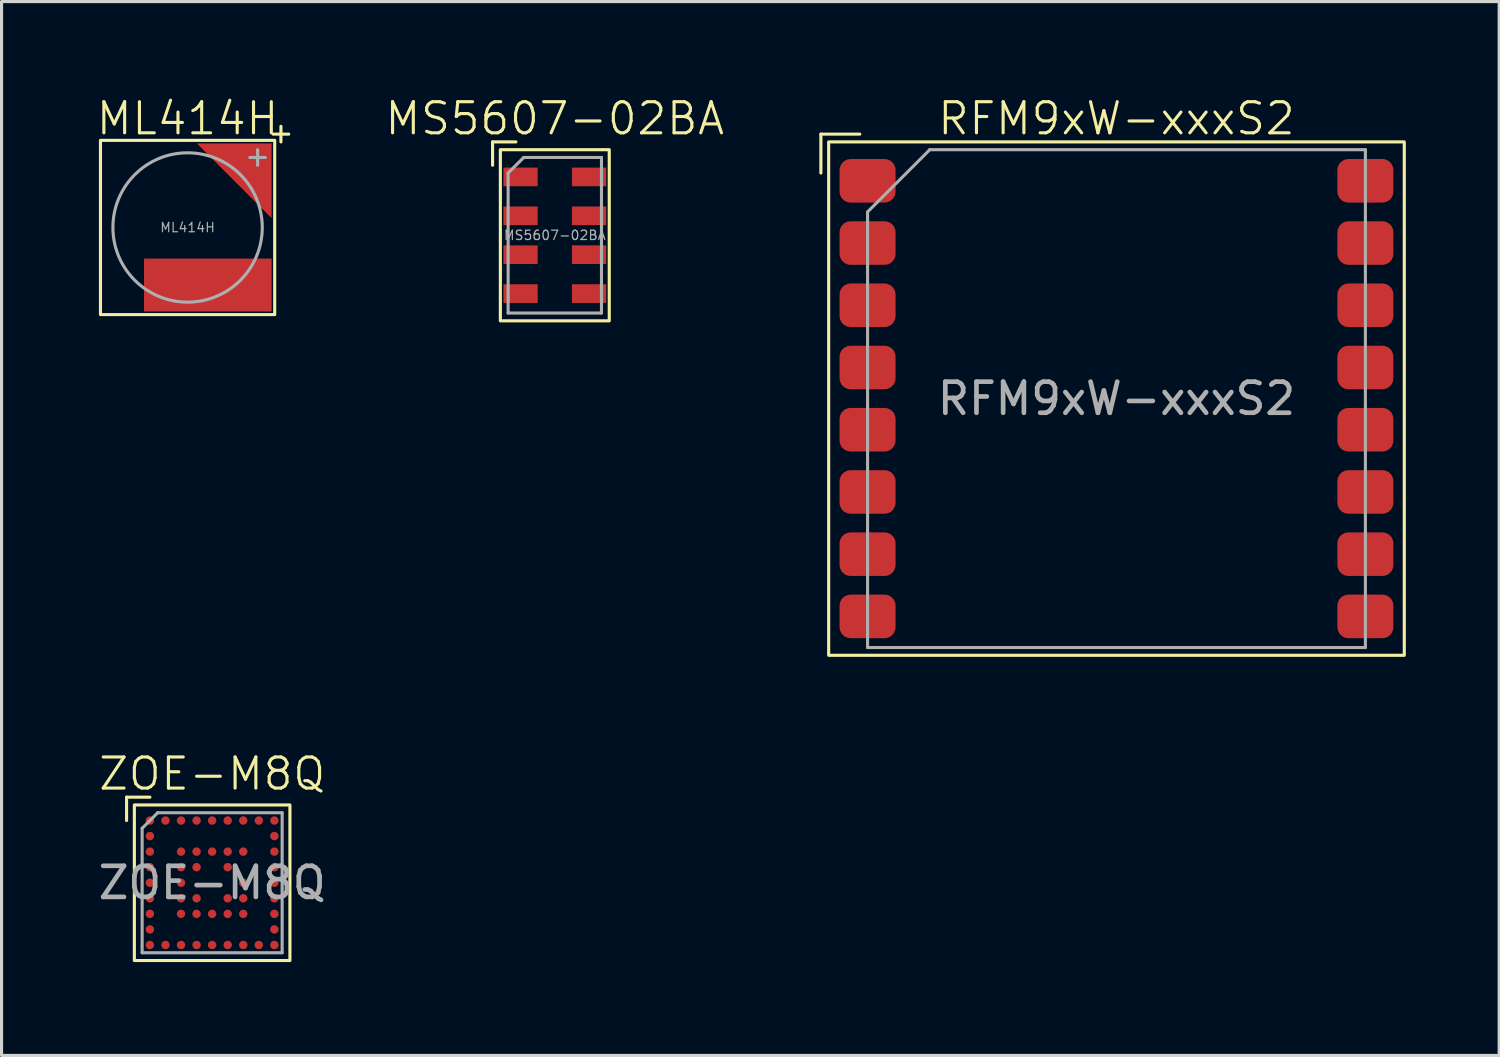
<source format=kicad_pcb>
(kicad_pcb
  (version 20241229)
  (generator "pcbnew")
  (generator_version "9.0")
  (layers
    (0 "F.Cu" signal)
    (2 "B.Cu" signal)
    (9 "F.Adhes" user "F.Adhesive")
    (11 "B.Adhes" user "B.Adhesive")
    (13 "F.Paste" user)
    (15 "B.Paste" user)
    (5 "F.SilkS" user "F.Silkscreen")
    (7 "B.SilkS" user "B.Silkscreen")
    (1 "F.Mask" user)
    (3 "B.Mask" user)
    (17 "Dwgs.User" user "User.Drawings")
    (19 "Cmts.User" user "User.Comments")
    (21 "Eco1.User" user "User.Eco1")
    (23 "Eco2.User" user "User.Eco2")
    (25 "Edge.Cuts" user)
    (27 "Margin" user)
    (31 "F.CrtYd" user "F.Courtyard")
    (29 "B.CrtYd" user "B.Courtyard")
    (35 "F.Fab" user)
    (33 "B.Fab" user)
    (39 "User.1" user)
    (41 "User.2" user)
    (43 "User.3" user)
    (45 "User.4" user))
  (footprint "ML414H"
    (layer "F.Cu")
    (at 2.979 4.261)
    (property "Reference" "ML414H" (at 0 -3.5 0) (unlocked yes) (layer "F.SilkS") (effects (font (size 1 1) (thickness 0.1))))
    (attr smd)
    (fp_line (start 2.75 -3) (end 3.25 -3) (stroke (width 0.1) (type default)) (layer "F.SilkS"))
    (fp_line (start 3 -3.25) (end 3 -2.75) (stroke (width 0.1) (type default)) (layer "F.SilkS"))
    (fp_rect (start -2.8 -2.8) (end 2.8 2.8) (stroke (width 0.1) (type default)) (fill no) (layer "F.SilkS"))
    (fp_line (start 2 -2.25) (end 2.5 -2.25) (stroke (width 0.1) (type default)) (layer "F.Fab"))
    (fp_line (start 2.25 -2.5) (end 2.25 -2) (stroke (width 0.1) (type default)) (layer "F.Fab"))
    (fp_circle (center 0 0) (end 2.4 0) (stroke (width 0.1) (type default)) (fill no) (layer "F.Fab"))
    (fp_text user "${REFERENCE}" (at 0 0 0) (unlocked yes) (layer "F.Fab") (effects (font (size 0.3 0.3) (thickness 0.04))))
    (pad "1" smd trapezoid (at 2.1 -2.1 45) (size 1.697 1.697) (rect_delta 1.697 0) (layers "F.Cu" "F.Mask" "F.Paste" "Eco2.User"))
    (pad "2" smd rect (at 0.65 1.85) (size 4.1 1.7) (layers "F.Cu" "F.Mask" "F.Paste")))
  (footprint "RFM9xW-xxxS2"
    (layer "F.Cu")
    (at 32.833 9.761)
    (property "Reference" "RFM9xW-xxxS2" (at 0 -9 0) (unlocked yes) (layer "F.SilkS") (effects (font (size 1 1) (thickness 0.1))))
    (attr smd)
    (fp_line (start -9.5 -8.5) (end -8.25 -8.5) (stroke (width 0.1) (type default)) (layer "F.SilkS"))
    (fp_line (start -9.5 -7.25) (end -9.5 -8.5) (stroke (width 0.1) (type default)) (layer "F.SilkS"))
    (fp_rect (start -9.25 -8.25) (end 9.25 8.25) (stroke (width 0.1) (type default)) (fill no) (layer "F.SilkS"))
    (fp_line (start -8 -6) (end -8 8) (stroke (width 0.1) (type default)) (layer "F.Fab"))
    (fp_line (start -8 -6) (end -6 -8) (stroke (width 0.1) (type default)) (layer "F.Fab"))
    (fp_line (start -8 8) (end 8 8) (stroke (width 0.1) (type default)) (layer "F.Fab"))
    (fp_line (start 8 -8) (end -6 -8) (stroke (width 0.1) (type default)) (layer "F.Fab"))
    (fp_line (start 8 8) (end 8 -8) (stroke (width 0.1) (type default)) (layer "F.Fab"))
    (fp_text user "${REFERENCE}" (at 0 0 0) (unlocked yes) (layer "F.Fab") (effects (font (size 1 1) (thickness 0.15))))
    (pad "1" smd roundrect (at -8 -7) (size 1.8 1.4) (layers "F.Cu" "F.Mask" "F.Paste") (roundrect_rratio 0.25))
    (pad "2" smd roundrect (at -8 -5) (size 1.8 1.4) (layers "F.Cu" "F.Mask" "F.Paste") (roundrect_rratio 0.25))
    (pad "3" smd roundrect (at -8 -3) (size 1.8 1.4) (layers "F.Cu" "F.Mask" "F.Paste") (roundrect_rratio 0.25))
    (pad "4" smd roundrect (at -8 -1) (size 1.8 1.4) (layers "F.Cu" "F.Mask" "F.Paste") (roundrect_rratio 0.25))
    (pad "5" smd roundrect (at -8 1) (size 1.8 1.4) (layers "F.Cu" "F.Mask" "F.Paste") (roundrect_rratio 0.25))
    (pad "6" smd roundrect (at -8 3) (size 1.8 1.4) (layers "F.Cu" "F.Mask" "F.Paste") (roundrect_rratio 0.25))
    (pad "7" smd roundrect (at -8 5) (size 1.8 1.4) (layers "F.Cu" "F.Mask" "F.Paste") (roundrect_rratio 0.25))
    (pad "8" smd roundrect (at -8 7) (size 1.8 1.4) (layers "F.Cu" "F.Mask" "F.Paste") (roundrect_rratio 0.25))
    (pad "9" smd roundrect (at 8 7) (size 1.8 1.4) (layers "F.Cu" "F.Mask" "F.Paste") (roundrect_rratio 0.25))
    (pad "10" smd roundrect (at 8 5) (size 1.8 1.4) (layers "F.Cu" "F.Mask" "F.Paste") (roundrect_rratio 0.25))
    (pad "11" smd roundrect (at 8 3) (size 1.8 1.4) (layers "F.Cu" "F.Mask" "F.Paste") (roundrect_rratio 0.25))
    (pad "12" smd roundrect (at 8 1) (size 1.8 1.4) (layers "F.Cu" "F.Mask" "F.Paste") (roundrect_rratio 0.25))
    (pad "13" smd roundrect (at 8 -1) (size 1.8 1.4) (layers "F.Cu" "F.Mask" "F.Paste") (roundrect_rratio 0.25))
    (pad "14" smd roundrect (at 8 -3) (size 1.8 1.4) (layers "F.Cu" "F.Mask" "F.Paste") (roundrect_rratio 0.25))
    (pad "15" smd roundrect (at 8 -5) (size 1.8 1.4) (layers "F.Cu" "F.Mask" "F.Paste") (roundrect_rratio 0.25))
    (pad "16" smd roundrect (at 8 -7) (size 1.8 1.4) (layers "F.Cu" "F.Mask" "F.Paste") (roundrect_rratio 0.25)))
  (footprint "MS5607-02BA"
    (layer "F.Cu")
    (at 14.781 4.511)
    (property "Reference" "MS5607-02BA" (at 0 -3.75 0) (unlocked yes) (layer "F.SilkS") (effects (font (size 1 1) (thickness 0.1))))
    (attr smd)
    (fp_line (start -2 -3) (end -1.25 -3) (stroke (width 0.1) (type default)) (layer "F.SilkS"))
    (fp_line (start -2 -2.25) (end -2 -3) (stroke (width 0.1) (type default)) (layer "F.SilkS"))
    (fp_rect (start -1.75 -2.75) (end 1.75 2.75) (stroke (width 0.1) (type default)) (fill no) (layer "F.SilkS"))
    (fp_line (start -1.5 -2) (end -1.5 2.5) (stroke (width 0.1) (type default)) (layer "F.Fab"))
    (fp_line (start -1 -2.5) (end -1.5 -2) (stroke (width 0.1) (type default)) (layer "F.Fab"))
    (fp_line (start 1.5 -2.5) (end -1 -2.5) (stroke (width 0.1) (type default)) (layer "F.Fab"))
    (fp_line (start 1.5 -2.5) (end 1.5 2.5) (stroke (width 0.1) (type default)) (layer "F.Fab"))
    (fp_line (start 1.5 2.5) (end -1.5 2.5) (stroke (width 0.1) (type default)) (layer "F.Fab"))
    (fp_text user "${REFERENCE}" (at 0 0 0) (unlocked yes) (layer "F.Fab") (effects (font (size 0.3 0.3) (thickness 0.04))))
    (pad "1" smd rect (at -1.1 -1.875) (size 1.1 0.6) (layers "F.Cu" "F.Mask" "F.Paste"))
    (pad "2" smd rect (at -1.1 -0.625) (size 1.1 0.6) (layers "F.Cu" "F.Mask" "F.Paste"))
    (pad "3" smd rect (at -1.1 0.625) (size 1.1 0.6) (layers "F.Cu" "F.Mask" "F.Paste"))
    (pad "4" smd rect (at -1.1 1.875) (size 1.1 0.6) (layers "F.Cu" "F.Mask" "F.Paste"))
    (pad "5" smd rect (at 1.1 1.875) (size 1.1 0.6) (layers "F.Cu" "F.Mask" "F.Paste"))
    (pad "6" smd rect (at 1.1 0.625) (size 1.1 0.6) (layers "F.Cu" "F.Mask" "F.Paste"))
    (pad "7" smd rect (at 1.1 -0.625) (size 1.1 0.6) (layers "F.Cu" "F.Mask" "F.Paste"))
    (pad "8" smd rect (at 1.1 -1.875) (size 1.1 0.6) (layers "F.Cu" "F.Mask" "F.Paste"))
    (zone (net_name "") (layer "F.Cu") (hatch edge 0.5) (connect_pads) (min_thickness 0.25) (filled_areas_thickness no) (keepout (tracks not_allowed) (vias not_allowed) (pads allowed) (copperpour allowed) (footprints allowed)) (placement (enabled no)) (fill) (polygon (pts (xy 13.031 5.511) (xy 14.281 5.511) (xy 14.281 4.761) (xy 13.031 4.761) (xy 13.031 4.261) (xy 14.281 4.261) (xy 14.281 3.51) (xy 13.031 3.51) (xy 13.031 3.01) (xy 14.281 3.01) (xy 14.281 2.51) (xy 15.281 2.51) (xy 15.281 3.01) (xy 16.531 3.01) (xy 16.531 3.51) (xy 15.281 3.51) (xy 15.281 4.261) (xy 16.531 4.261) (xy 16.531 4.761) (xy 15.281 4.761) (xy 15.281 5.511) (xy 16.531 5.511) (xy 16.531 6.011) (xy 15.281 6.011) (xy 15.281 6.511) (xy 14.281 6.511) (xy 14.281 6.011) (xy 13.031 6.011)))))
  (footprint "ZOE-M8Q"
    (layer "F.Cu")
    (at 3.768 25.321)
    (property "Reference" "ZOE-M8Q" (at 0 -3.5 0) (unlocked yes) (layer "F.SilkS") (effects (font (size 1 1) (thickness 0.1))))
    (attr smd)
    (fp_line (start -2.75 -2.75) (end -2 -2.75) (stroke (width 0.1) (type default)) (layer "F.SilkS"))
    (fp_line (start -2.75 -2) (end -2.75 -2.75) (stroke (width 0.1) (type default)) (layer "F.SilkS"))
    (fp_rect (start -2.5 -2.5) (end 2.5 2.5) (stroke (width 0.1) (type default)) (fill no) (layer "F.SilkS"))
    (fp_line (start -2.25 -1.75) (end -2.25 2.25) (stroke (width 0.1) (type default)) (layer "F.Fab"))
    (fp_line (start -2.25 -1.75) (end -1.75 -2.25) (stroke (width 0.1) (type default)) (layer "F.Fab"))
    (fp_line (start -2.25 2.25) (end 2.25 2.25) (stroke (width 0.1) (type default)) (layer "F.Fab"))
    (fp_line (start -1.75 -2.25) (end 2.25 -2.25) (stroke (width 0.1) (type default)) (layer "F.Fab"))
    (fp_line (start 2.25 -2.25) (end 2.25 2.25) (stroke (width 0.1) (type default)) (layer "F.Fab"))
    (fp_text user "${REFERENCE}" (at 0 0 0) (unlocked yes) (layer "F.Fab") (effects (font (size 1 1) (thickness 0.15))))
    (pad "A1" smd circle (at -2 -2) (size 0.27 0.27) (layers "F.Cu" "F.Mask" "F.Paste"))
    (pad "A2" smd circle (at -1.5 -2) (size 0.27 0.27) (layers "F.Cu" "F.Mask" "F.Paste"))
    (pad "A3" smd circle (at -1 -2) (size 0.27 0.27) (layers "F.Cu" "F.Mask" "F.Paste"))
    (pad "A4" smd circle (at -0.5 -2) (size 0.27 0.27) (layers "F.Cu" "F.Mask" "F.Paste"))
    (pad "A5" smd circle (at 0 -2) (size 0.27 0.27) (layers "F.Cu" "F.Mask" "F.Paste"))
    (pad "A6" smd circle (at 0.5 -2) (size 0.27 0.27) (layers "F.Cu" "F.Mask" "F.Paste"))
    (pad "A7" smd circle (at 1 -2) (size 0.27 0.27) (layers "F.Cu" "F.Mask" "F.Paste"))
    (pad "A8" smd circle (at 1.5 -2) (size 0.27 0.27) (layers "F.Cu" "F.Mask" "F.Paste"))
    (pad "A9" smd circle (at 2 -2) (size 0.27 0.27) (layers "F.Cu" "F.Mask" "F.Paste"))
    (pad "B1" smd circle (at -2 -1.5) (size 0.27 0.27) (layers "F.Cu" "F.Mask" "F.Paste"))
    (pad "B9" smd circle (at 2 -1.5) (size 0.27 0.27) (layers "F.Cu" "F.Mask" "F.Paste"))
    (pad "C1" smd circle (at -2 -1) (size 0.27 0.27) (layers "F.Cu" "F.Mask" "F.Paste"))
    (pad "C3" smd circle (at -1 -1) (size 0.27 0.27) (layers "F.Cu" "F.Mask" "F.Paste"))
    (pad "C4" smd circle (at -0.5 -1) (size 0.27 0.27) (layers "F.Cu" "F.Mask" "F.Paste"))
    (pad "C5" smd circle (at 0 -1) (size 0.27 0.27) (layers "F.Cu" "F.Mask" "F.Paste"))
    (pad "C6" smd circle (at 0.5 -1) (size 0.27 0.27) (layers "F.Cu" "F.Mask" "F.Paste"))
    (pad "C7" smd circle (at 1 -1) (size 0.27 0.27) (layers "F.Cu" "F.Mask" "F.Paste"))
    (pad "C9" smd circle (at 2 -1) (size 0.27 0.27) (layers "F.Cu" "F.Mask" "F.Paste"))
    (pad "D1" smd circle (at -2 -0.5) (size 0.27 0.27) (layers "F.Cu" "F.Mask" "F.Paste"))
    (pad "D3" smd circle (at -1 -0.5) (size 0.27 0.27) (layers "F.Cu" "F.Mask" "F.Paste"))
    (pad "D4" smd circle (at -0.5 -0.5) (size 0.27 0.27) (layers "F.Cu" "F.Mask" "F.Paste"))
    (pad "D6" smd circle (at 0.5 -0.5) (size 0.27 0.27) (layers "F.Cu" "F.Mask" "F.Paste"))
    (pad "D9" smd circle (at 2 -0.5) (size 0.27 0.27) (layers "F.Cu" "F.Mask" "F.Paste"))
    (pad "E1" smd circle (at -2 0) (size 0.27 0.27) (layers "F.Cu" "F.Mask" "F.Paste"))
    (pad "E3" smd circle (at -1 0) (size 0.27 0.27) (layers "F.Cu" "F.Mask" "F.Paste"))
    (pad "E7" smd circle (at 1 0) (size 0.27 0.27) (layers "F.Cu" "F.Mask" "F.Paste"))
    (pad "E9" smd circle (at 2 0) (size 0.27 0.27) (layers "F.Cu" "F.Mask" "F.Paste"))
    (pad "F1" smd circle (at -2 0.5) (size 0.27 0.27) (layers "F.Cu" "F.Mask" "F.Paste"))
    (pad "F3" smd circle (at -1 0.5) (size 0.27 0.27) (layers "F.Cu" "F.Mask" "F.Paste"))
    (pad "F4" smd circle (at -0.5 0.5) (size 0.27 0.27) (layers "F.Cu" "F.Mask" "F.Paste"))
    (pad "F6" smd circle (at 0.5 0.5) (size 0.27 0.27) (layers "F.Cu" "F.Mask" "F.Paste"))
    (pad "F7" smd circle (at 1 0.5) (size 0.27 0.27) (layers "F.Cu" "F.Mask" "F.Paste"))
    (pad "F9" smd circle (at 2 0.5) (size 0.27 0.27) (layers "F.Cu" "F.Mask" "F.Paste"))
    (pad "G1" smd circle (at -2 1) (size 0.27 0.27) (layers "F.Cu" "F.Mask" "F.Paste"))
    (pad "G3" smd circle (at -1 1) (size 0.27 0.27) (layers "F.Cu" "F.Mask" "F.Paste"))
    (pad "G4" smd circle (at -0.5 1) (size 0.27 0.27) (layers "F.Cu" "F.Mask" "F.Paste"))
    (pad "G5" smd circle (at 0 1) (size 0.27 0.27) (layers "F.Cu" "F.Mask" "F.Paste"))
    (pad "G6" smd circle (at 0.5 1) (size 0.27 0.27) (layers "F.Cu" "F.Mask" "F.Paste"))
    (pad "G7" smd circle (at 1 1) (size 0.27 0.27) (layers "F.Cu" "F.Mask" "F.Paste"))
    (pad "G9" smd circle (at 2 1) (size 0.27 0.27) (layers "F.Cu" "F.Mask" "F.Paste"))
    (pad "H1" smd circle (at -2 1.5) (size 0.27 0.27) (layers "F.Cu" "F.Mask" "F.Paste"))
    (pad "H9" smd circle (at 2 1.5) (size 0.27 0.27) (layers "F.Cu" "F.Mask" "F.Paste"))
    (pad "J1" smd circle (at -2 2) (size 0.27 0.27) (layers "F.Cu" "F.Mask" "F.Paste"))
    (pad "J2" smd circle (at -1.5 2) (size 0.27 0.27) (layers "F.Cu" "F.Mask" "F.Paste"))
    (pad "J3" smd circle (at -1 2) (size 0.27 0.27) (layers "F.Cu" "F.Mask" "F.Paste"))
    (pad "J4" smd circle (at -0.5 2) (size 0.27 0.27) (layers "F.Cu" "F.Mask" "F.Paste"))
    (pad "J5" smd circle (at 0 2) (size 0.27 0.27) (layers "F.Cu" "F.Mask" "F.Paste"))
    (pad "J6" smd circle (at 0.5 2) (size 0.27 0.27) (layers "F.Cu" "F.Mask" "F.Paste"))
    (pad "J7" smd circle (at 1 2) (size 0.27 0.27) (layers "F.Cu" "F.Mask" "F.Paste"))
    (pad "J8" smd circle (at 1.5 2) (size 0.27 0.27) (layers "F.Cu" "F.Mask" "F.Paste"))
    (pad "J9" smd circle (at 2 2) (size 0.27 0.27) (layers "F.Cu" "F.Mask" "F.Paste")))
  (gr_rect
    (start -3 -3)
    (end 45.133 30.871)
    (stroke (width 0.1) (type default))
    (fill no)
    (layer "Edge.Cuts")))
</source>
